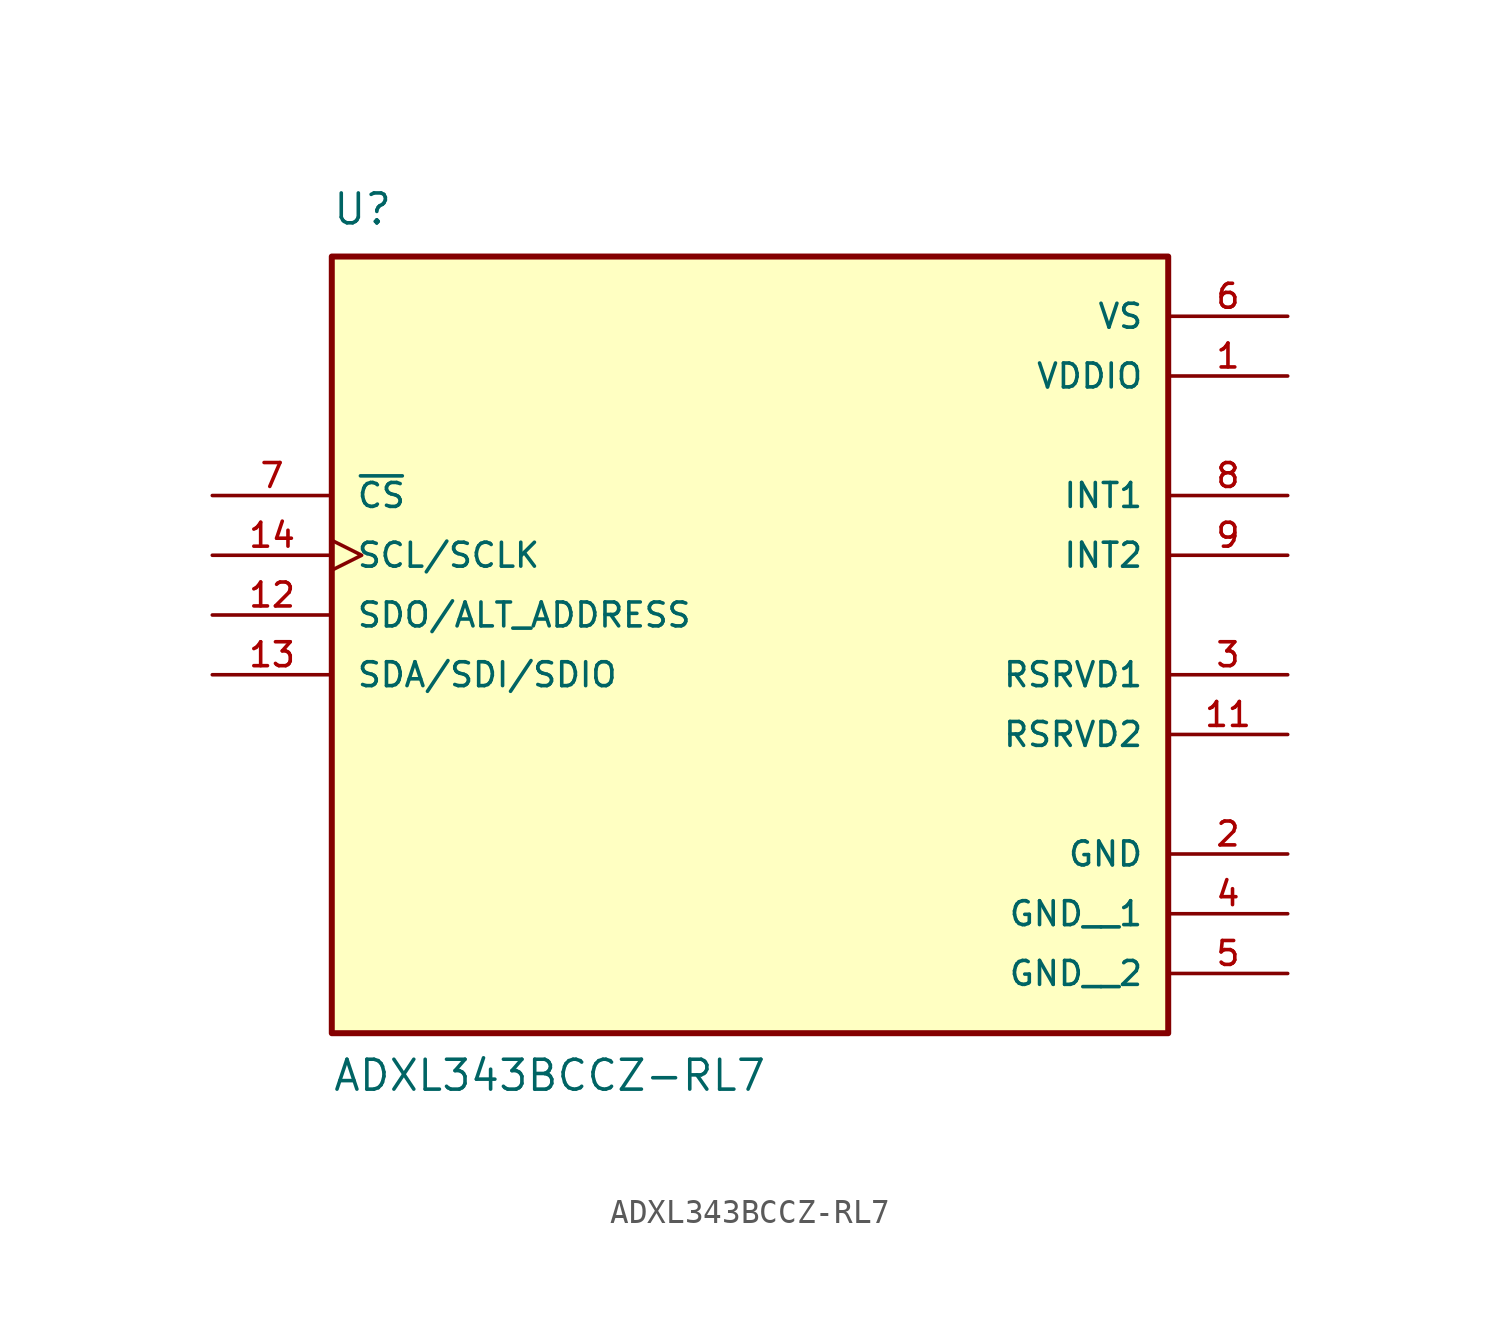
<source format=kicad_sym>
(kicad_symbol_lib
  (version 20211014)
  (generator kicad_symbol_editor)
  (symbol "ADXL343BCCZ-RL7"
    (pin_names
      (offset 1.016))
    (property "Reference" "U"
      (at -17.78 13.97 0)
      (effects (font (size 1.27 1.27)) (justify bottom left)))
    (property "Value" "ADXL343BCCZ-RL7"
      (at -17.78 -22.86 0)
      (effects (font (size 1.27 1.27)) (justify bottom left)))
    (symbol "ADXL343BCCZ-RL7_0_0"
      (rectangle (start -17.78 -20.32) (end 17.78 12.7) (stroke (width 0.254)) (fill (type background)))
      (pin power_in line (at 22.86 7.62 180.0) (length 5.08) (name "VDDIO" (effects (font (size 1.016 1.016)))) (number "1" (effects (font (size 1.016 1.016)))))
      (pin power_in line (at 22.86 -12.7 180.0) (length 5.08) (name "GND" (effects (font (size 1.016 1.016)))) (number "2" (effects (font (size 1.016 1.016)))))
      (pin passive line (at 22.86 -7.62 180.0) (length 5.08) (name "RSRVD2" (effects (font (size 1.016 1.016)))) (number "11" (effects (font (size 1.016 1.016)))))
      (pin power_in line (at 22.86 10.16 180.0) (length 5.08) (name "VS" (effects (font (size 1.016 1.016)))) (number "6" (effects (font (size 1.016 1.016)))))
      (pin input line (at -22.86 2.54 0) (length 5.08) (name "~{CS}" (effects (font (size 1.016 1.016)))) (number "7" (effects (font (size 1.016 1.016)))))
      (pin output line (at 22.86 2.54 180.0) (length 5.08) (name "INT1" (effects (font (size 1.016 1.016)))) (number "8" (effects (font (size 1.016 1.016)))))
      (pin passive line (at 22.86 -5.08 180.0) (length 5.08) (name "RSRVD1" (effects (font (size 1.016 1.016)))) (number "3" (effects (font (size 1.016 1.016)))))
      (pin output line (at 22.86 0.0 180.0) (length 5.08) (name "INT2" (effects (font (size 1.016 1.016)))) (number "9" (effects (font (size 1.016 1.016)))))
      (pin bidirectional line (at -22.86 -2.54 0) (length 5.08) (name "SDO/ALT_ADDRESS" (effects (font (size 1.016 1.016)))) (number "12" (effects (font (size 1.016 1.016)))))
      (pin bidirectional line (at -22.86 -5.08 0) (length 5.08) (name "SDA/SDI/SDIO" (effects (font (size 1.016 1.016)))) (number "13" (effects (font (size 1.016 1.016)))))
      (pin input clock (at -22.86 0.0 0) (length 5.08) (name "SCL/SCLK" (effects (font (size 1.016 1.016)))) (number "14" (effects (font (size 1.016 1.016)))))
      (pin power_in line (at 22.86 -15.24 180.0) (length 5.08) (name "GND__1" (effects (font (size 1.016 1.016)))) (number "4" (effects (font (size 1.016 1.016)))))
      (pin power_in line (at 22.86 -17.78 180.0) (length 5.08) (name "GND__2" (effects (font (size 1.016 1.016)))) (number "5" (effects (font (size 1.016 1.016))))))))
</source>
